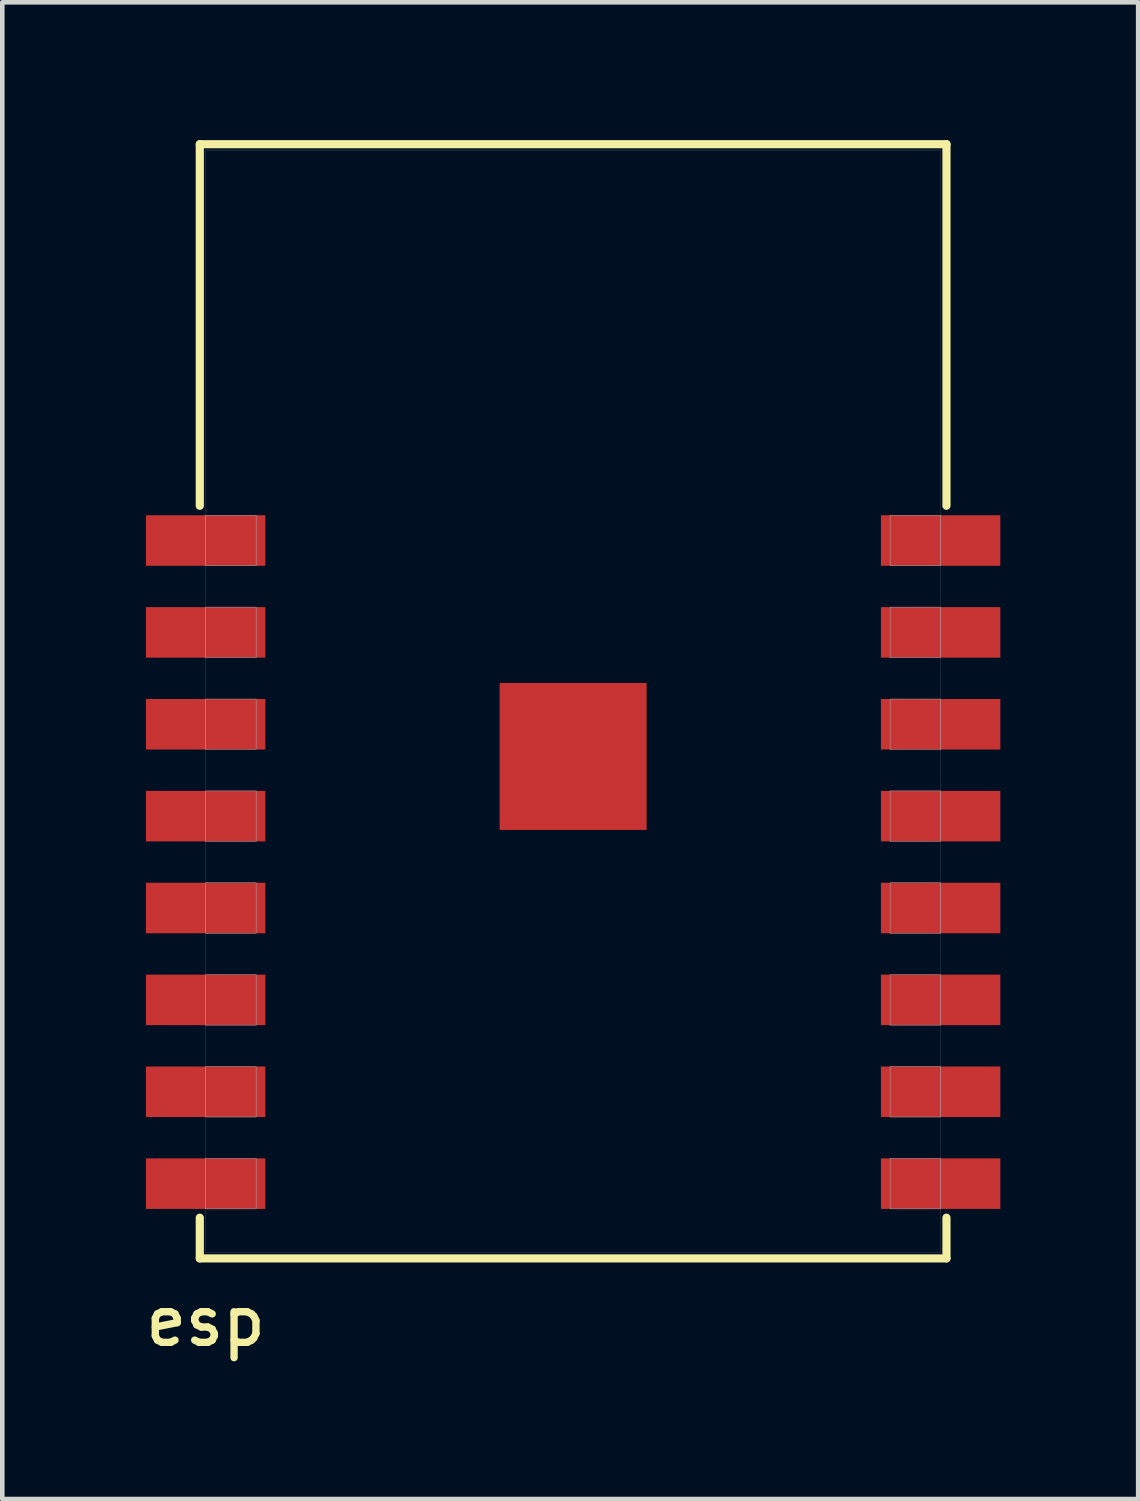
<source format=kicad_pcb>
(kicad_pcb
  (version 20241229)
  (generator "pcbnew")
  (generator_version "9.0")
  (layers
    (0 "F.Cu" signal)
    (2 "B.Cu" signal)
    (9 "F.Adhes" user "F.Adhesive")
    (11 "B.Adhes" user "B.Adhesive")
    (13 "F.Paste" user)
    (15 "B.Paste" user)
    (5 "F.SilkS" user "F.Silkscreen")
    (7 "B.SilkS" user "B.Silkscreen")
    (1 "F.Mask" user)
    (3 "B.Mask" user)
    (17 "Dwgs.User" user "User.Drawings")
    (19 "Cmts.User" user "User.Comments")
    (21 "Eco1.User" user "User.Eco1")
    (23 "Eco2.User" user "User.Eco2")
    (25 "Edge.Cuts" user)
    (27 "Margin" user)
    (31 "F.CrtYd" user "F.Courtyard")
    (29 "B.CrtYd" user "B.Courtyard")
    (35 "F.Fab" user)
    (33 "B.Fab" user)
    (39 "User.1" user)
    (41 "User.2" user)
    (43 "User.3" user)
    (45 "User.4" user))
  (footprint "esp"
    (layer "F.Cu")
    (at 9.426 12.216)
    (property "Reference" "esp" (at -8 13.5 180) (layer "F.SilkS") (effects (font (size 1 1) (thickness 0.16))))
    (attr through_hole)
    (fp_line (start -8.127 -12.127) (end 8.127 -12.127) (stroke (width 0.178) (type solid)) (layer "F.SilkS"))
    (fp_line (start -8.127 -4.256) (end -8.127 -12.127) (stroke (width 0.178) (type solid)) (layer "F.SilkS"))
    (fp_line (start -8.127 12.127) (end -8.127 11.241) (stroke (width 0.178) (type solid)) (layer "F.SilkS"))
    (fp_line (start 8.127 -12.127) (end 8.127 -4.256) (stroke (width 0.178) (type solid)) (layer "F.SilkS"))
    (fp_line (start 8.127 11.241) (end 8.127 12.127) (stroke (width 0.178) (type solid)) (layer "F.SilkS"))
    (fp_line (start 8.127 12.127) (end -8.127 12.127) (stroke (width 0.178) (type solid)) (layer "F.SilkS"))
    (fp_poly (pts (xy -1.016 0.159) (xy 0.984 0.159) (xy 0.984 2.159) (xy -1.016 2.159)) (stroke (width 0.01) (type solid)) (fill yes) (layer "F.Paste"))
    (fp_line (start -8 -12) (end 8 -12) (stroke (width 0.003) (type solid)) (layer "F.Fab"))
    (fp_line (start -8 12) (end -8 -12) (stroke (width 0.003) (type solid)) (layer "F.Fab"))
    (fp_line (start 8 -12) (end 8 12) (stroke (width 0.003) (type solid)) (layer "F.Fab"))
    (fp_line (start 8 12) (end -8 12) (stroke (width 0.003) (type solid)) (layer "F.Fab"))
    (fp_poly (pts (xy -8 -4.05) (xy -6.9 -4.05) (xy -6.9 -2.95) (xy -8 -2.95)) (stroke (width 0.01) (type solid)) (fill no) (layer "F.Fab"))
    (fp_poly (pts (xy -8 -2.05) (xy -6.9 -2.05) (xy -6.9 -0.95) (xy -8 -0.95)) (stroke (width 0.01) (type solid)) (fill no) (layer "F.Fab"))
    (fp_poly (pts (xy -8 -0.05) (xy -6.9 -0.05) (xy -6.9 1.05) (xy -8 1.05)) (stroke (width 0.01) (type solid)) (fill no) (layer "F.Fab"))
    (fp_poly (pts (xy -8 1.95) (xy -6.9 1.95) (xy -6.9 3.05) (xy -8 3.05)) (stroke (width 0.01) (type solid)) (fill no) (layer "F.Fab"))
    (fp_poly (pts (xy -8 3.95) (xy -6.9 3.95) (xy -6.9 5.05) (xy -8 5.05)) (stroke (width 0.01) (type solid)) (fill no) (layer "F.Fab"))
    (fp_poly (pts (xy -8 5.95) (xy -6.9 5.95) (xy -6.9 7.05) (xy -8 7.05)) (stroke (width 0.01) (type solid)) (fill no) (layer "F.Fab"))
    (fp_poly (pts (xy -8 7.95) (xy -6.9 7.95) (xy -6.9 9.05) (xy -8 9.05)) (stroke (width 0.01) (type solid)) (fill no) (layer "F.Fab"))
    (fp_poly (pts (xy -8 9.95) (xy -6.9 9.95) (xy -6.9 11.05) (xy -8 11.05)) (stroke (width 0.01) (type solid)) (fill no) (layer "F.Fab"))
    (fp_poly (pts (xy 6.9 -4.05) (xy 8 -4.05) (xy 8 -2.95) (xy 6.9 -2.95)) (stroke (width 0.01) (type solid)) (fill no) (layer "F.Fab"))
    (fp_poly (pts (xy 6.9 -2.05) (xy 8 -2.05) (xy 8 -0.95) (xy 6.9 -0.95)) (stroke (width 0.01) (type solid)) (fill no) (layer "F.Fab"))
    (fp_poly (pts (xy 6.9 -0.05) (xy 8 -0.05) (xy 8 1.05) (xy 6.9 1.05)) (stroke (width 0.01) (type solid)) (fill no) (layer "F.Fab"))
    (fp_poly (pts (xy 6.9 1.95) (xy 8 1.95) (xy 8 3.05) (xy 6.9 3.05)) (stroke (width 0.01) (type solid)) (fill no) (layer "F.Fab"))
    (fp_poly (pts (xy 6.9 3.95) (xy 8 3.95) (xy 8 5.05) (xy 6.9 5.05)) (stroke (width 0.01) (type solid)) (fill no) (layer "F.Fab"))
    (fp_poly (pts (xy 6.9 5.95) (xy 8 5.95) (xy 8 7.05) (xy 6.9 7.05)) (stroke (width 0.01) (type solid)) (fill no) (layer "F.Fab"))
    (fp_poly (pts (xy 6.9 7.95) (xy 8 7.95) (xy 8 9.05) (xy 6.9 9.05)) (stroke (width 0.01) (type solid)) (fill no) (layer "F.Fab"))
    (fp_poly (pts (xy 6.9 9.95) (xy 8 9.95) (xy 8 11.05) (xy 6.9 11.05)) (stroke (width 0.01) (type solid)) (fill no) (layer "F.Fab"))
    (pad "0" smd rect (at 0 1.2) (size 3.2 3.2) (layers "F.Cu" "F.Mask"))
    (pad "1" smd rect (at -8 -3.5) (size 2.6 1.1) (layers "F.Cu" "F.Mask" "F.Paste"))
    (pad "2" smd rect (at -8 -1.5) (size 2.6 1.1) (layers "F.Cu" "F.Mask" "F.Paste"))
    (pad "3" smd rect (at -8 0.5) (size 2.6 1.1) (layers "F.Cu" "F.Mask" "F.Paste"))
    (pad "4" smd rect (at -8 2.5) (size 2.6 1.1) (layers "F.Cu" "F.Mask" "F.Paste"))
    (pad "5" smd rect (at -8 4.5) (size 2.6 1.1) (layers "F.Cu" "F.Mask" "F.Paste"))
    (pad "6" smd rect (at -8 6.5) (size 2.6 1.1) (layers "F.Cu" "F.Mask" "F.Paste"))
    (pad "7" smd rect (at -8 8.5) (size 2.6 1.1) (layers "F.Cu" "F.Mask" "F.Paste"))
    (pad "8" smd rect (at -8 10.5) (size 2.6 1.1) (layers "F.Cu" "F.Mask" "F.Paste"))
    (pad "9" smd rect (at 8 10.5 180) (size 2.6 1.1) (layers "F.Cu" "F.Mask" "F.Paste"))
    (pad "10" smd rect (at 8 8.5 180) (size 2.6 1.1) (layers "F.Cu" "F.Mask" "F.Paste"))
    (pad "11" smd rect (at 8 6.5 180) (size 2.6 1.1) (layers "F.Cu" "F.Mask" "F.Paste"))
    (pad "12" smd rect (at 8 4.5 180) (size 2.6 1.1) (layers "F.Cu" "F.Mask" "F.Paste"))
    (pad "13" smd rect (at 8 2.5 180) (size 2.6 1.1) (layers "F.Cu" "F.Mask" "F.Paste"))
    (pad "14" smd rect (at 8 0.5 180) (size 2.6 1.1) (layers "F.Cu" "F.Mask" "F.Paste"))
    (pad "15" smd rect (at 8 -1.5 180) (size 2.6 1.1) (layers "F.Cu" "F.Mask" "F.Paste"))
    (pad "16" smd rect (at 8 -3.5 180) (size 2.6 1.1) (layers "F.Cu" "F.Mask" "F.Paste"))
    (zone (net_name "") (layer "F.Cu") (hatch full 0.508) (connect_pads) (min_thickness 0.003) (filled_areas_thickness no) (keepout (tracks not_allowed) (vias not_allowed) (pads not_allowed) (copperpour not_allowed) (footprints allowed)) (placement (enabled no)) (fill) (polygon (pts (xy 1.426 7.216) (xy 17.426 7.216) (xy 17.426 0.216) (xy 1.426 0.216))))
    (zone (net_name "") (layer "B.Cu") (hatch full 0.508) (connect_pads) (min_thickness 0.003) (filled_areas_thickness no) (keepout (tracks not_allowed) (vias not_allowed) (pads not_allowed) (copperpour not_allowed) (footprints allowed)) (placement (enabled no)) (fill) (polygon (pts (xy 17.426 7.216) (xy 1.426 7.216) (xy 1.426 0.216) (xy 17.426 0.216)))))
  (gr_rect
    (start -3 -3)
    (end 21.726 29.582)
    (stroke (width 0.1) (type default))
    (fill no)
    (layer "Edge.Cuts")))
</source>
